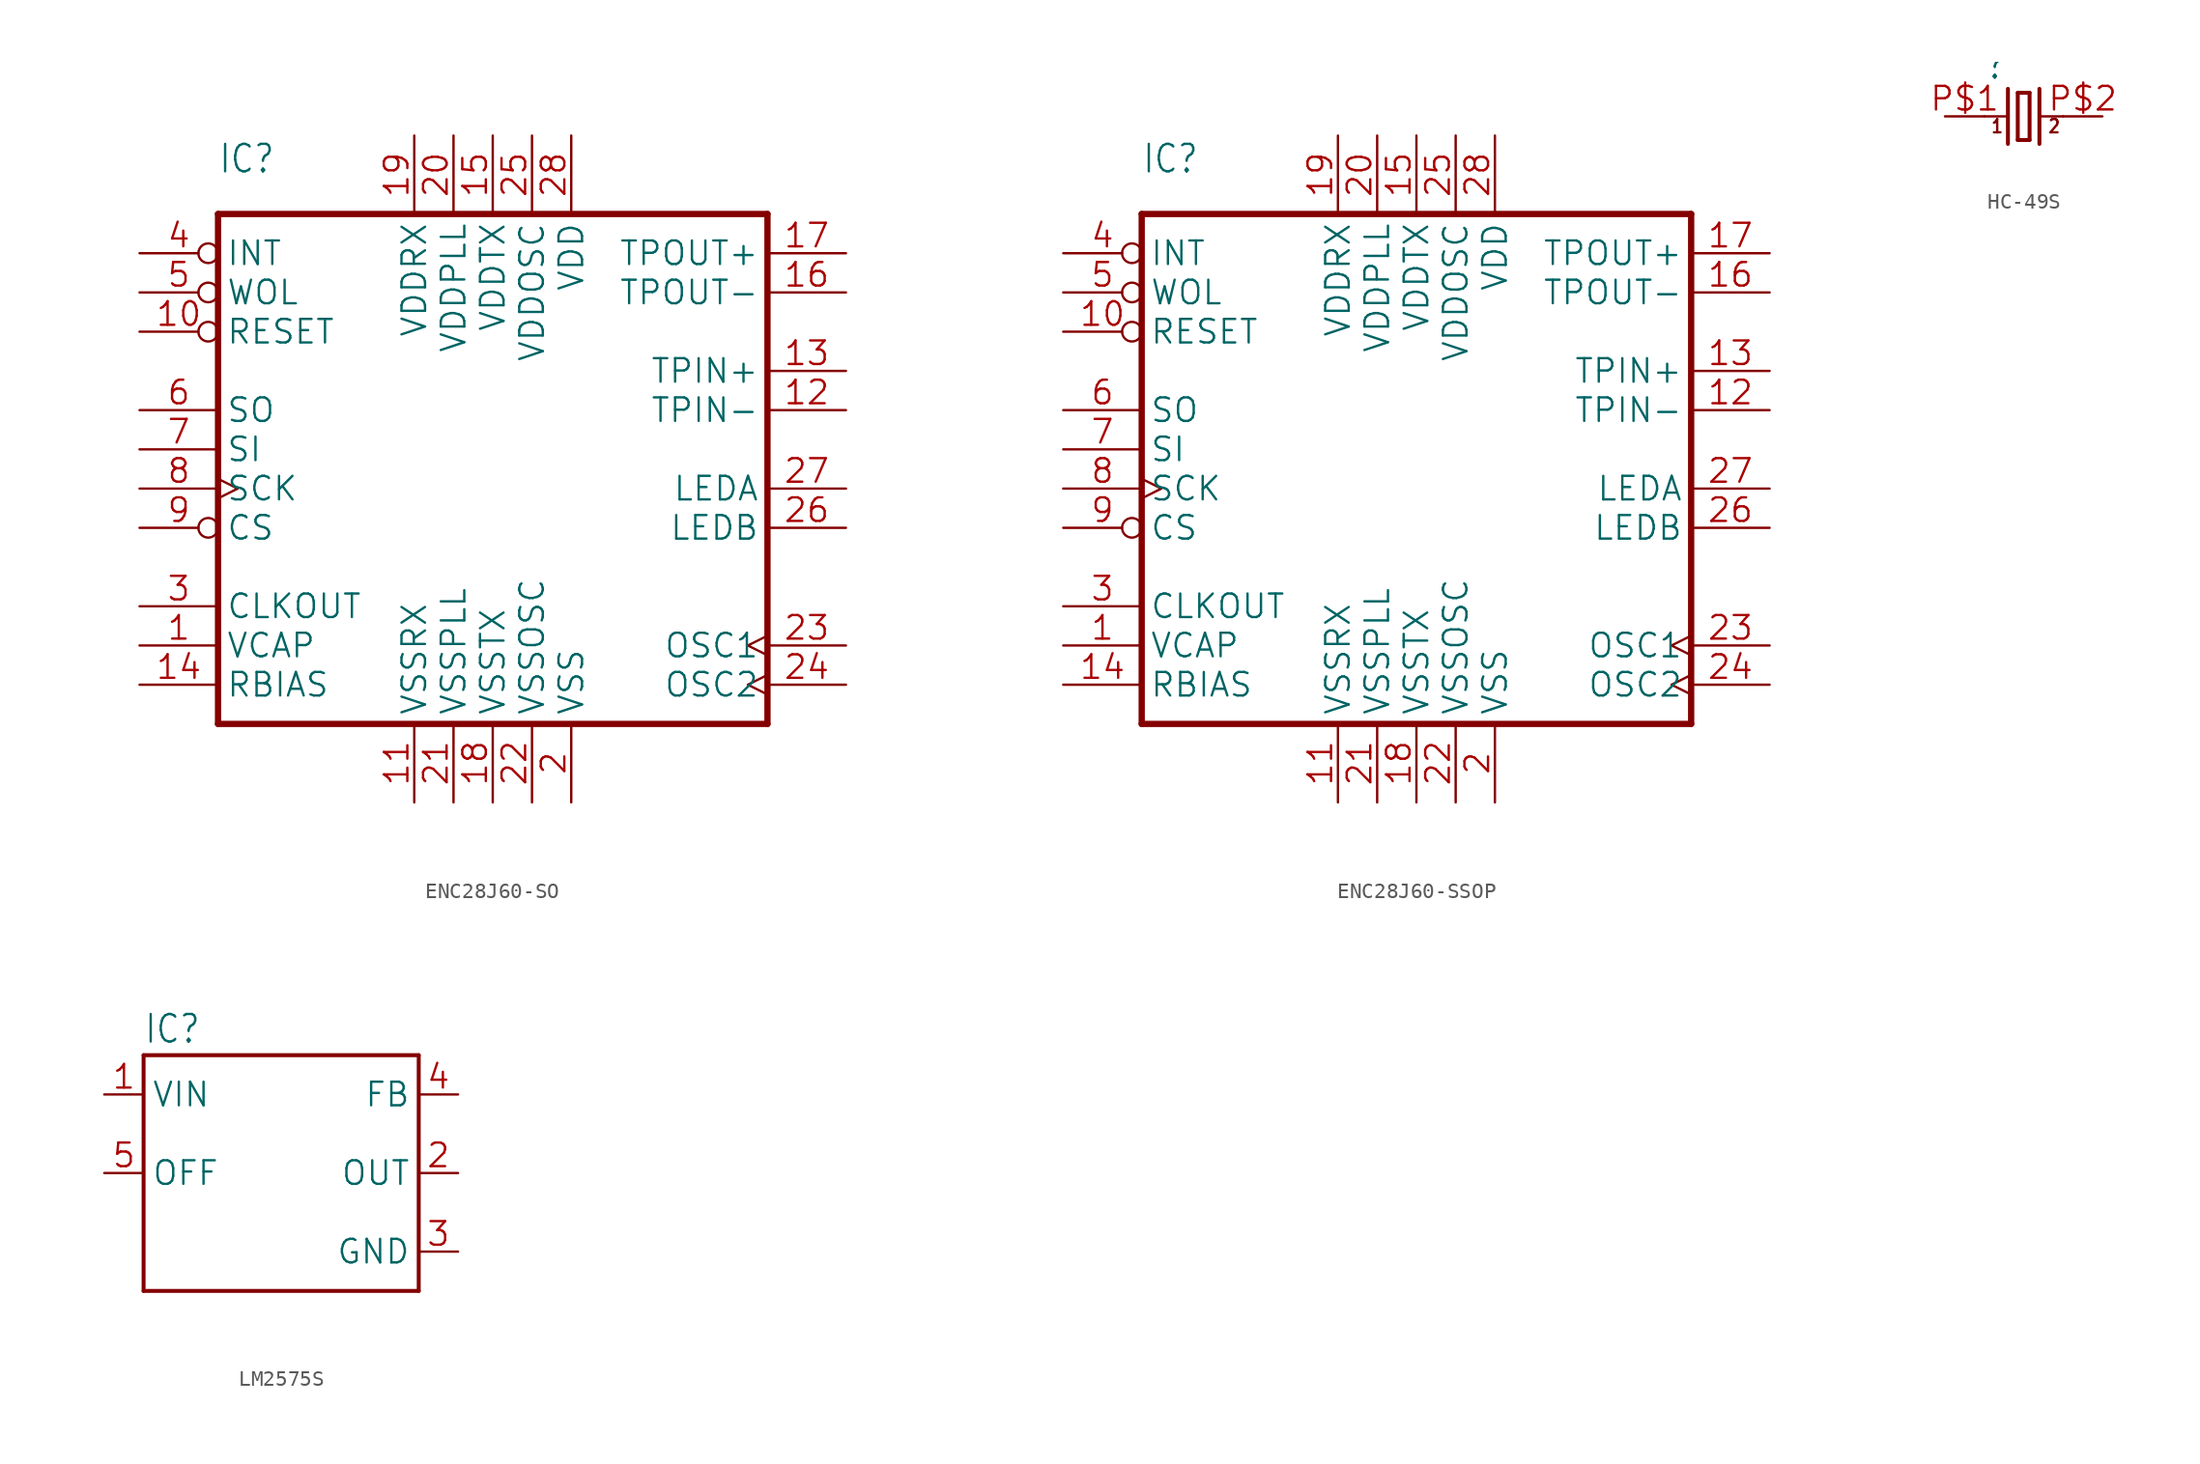
<source format=kicad_sym>
(kicad_symbol_lib
  (version 20241209)
  (generator "kicad_symbol_editor")
  (generator_version "9.0")
  (symbol "ENC28J60-SO"
    (property "Reference" "IC"
      (at -20.32 22.86 0)
      (effects (font (size 1.778 1.511)) (justify left bottom)))
    (property "Value" ""
      (at 5.08 -15.24 0)
      (effects (font (size 1.778 1.511)) (justify left bottom)))
    (property "ki_locked" ""
      (at 0 0 0)
      (effects (font (size 1.27 1.27))))
    (symbol "ENC28J60-SO_1_0"
      (polyline (pts (xy -20.32 20.32) (xy -20.32 -12.7)) (stroke (width 0.406) (type solid)) (fill (type none)))
      (polyline (pts (xy -20.32 -12.7) (xy 15.24 -12.7)) (stroke (width 0.406) (type solid)) (fill (type none)))
      (polyline (pts (xy 15.24 20.32) (xy -20.32 20.32)) (stroke (width 0.406) (type solid)) (fill (type none)))
      (polyline (pts (xy 15.24 -12.7) (xy 15.24 20.32)) (stroke (width 0.406) (type solid)) (fill (type none)))
      (pin output inverted (at -25.4 17.78 0) (length 5.08) (name "INT" (effects (font (size 1.524 1.524)))) (number "4" (effects (font (size 1.524 1.524)))))
      (pin output inverted (at -25.4 15.24 0) (length 5.08) (name "WOL" (effects (font (size 1.524 1.524)))) (number "5" (effects (font (size 1.524 1.524)))))
      (pin input inverted (at -25.4 12.7 0) (length 5.08) (name "RESET" (effects (font (size 1.524 1.524)))) (number "10" (effects (font (size 1.524 1.524)))))
      (pin output line (at -25.4 7.62 0) (length 5.08) (name "SO" (effects (font (size 1.524 1.524)))) (number "6" (effects (font (size 1.524 1.524)))))
      (pin input line (at -25.4 5.08 0) (length 5.08) (name "SI" (effects (font (size 1.524 1.524)))) (number "7" (effects (font (size 1.524 1.524)))))
      (pin input clock (at -25.4 2.54 0) (length 5.08) (name "SCK" (effects (font (size 1.524 1.524)))) (number "8" (effects (font (size 1.524 1.524)))))
      (pin input inverted (at -25.4 0 0) (length 5.08) (name "CS" (effects (font (size 1.524 1.524)))) (number "9" (effects (font (size 1.524 1.524)))))
      (pin output line (at -25.4 -5.08 0) (length 5.08) (name "CLKOUT" (effects (font (size 1.524 1.524)))) (number "3" (effects (font (size 1.524 1.524)))))
      (pin power_in line (at -25.4 -7.62 0) (length 5.08) (name "VCAP" (effects (font (size 1.524 1.524)))) (number "1" (effects (font (size 1.524 1.524)))))
      (pin passive line (at -25.4 -10.16 0) (length 5.08) (name "RBIAS" (effects (font (size 1.524 1.524)))) (number "14" (effects (font (size 1.524 1.524)))))
      (pin power_in line (at -7.62 25.4 270) (length 5.08) (name "VDDRX" (effects (font (size 1.524 1.524)))) (number "19" (effects (font (size 1.524 1.524)))))
      (pin power_in line (at -7.62 -17.78 90) (length 5.08) (name "VSSRX" (effects (font (size 1.524 1.524)))) (number "11" (effects (font (size 1.524 1.524)))))
      (pin power_in line (at -5.08 25.4 270) (length 5.08) (name "VDDPLL" (effects (font (size 1.524 1.524)))) (number "20" (effects (font (size 1.524 1.524)))))
      (pin power_in line (at -5.08 -17.78 90) (length 5.08) (name "VSSPLL" (effects (font (size 1.524 1.524)))) (number "21" (effects (font (size 1.524 1.524)))))
      (pin power_in line (at -2.54 25.4 270) (length 5.08) (name "VDDTX" (effects (font (size 1.524 1.524)))) (number "15" (effects (font (size 1.524 1.524)))))
      (pin power_in line (at -2.54 -17.78 90) (length 5.08) (name "VSSTX" (effects (font (size 1.524 1.524)))) (number "18" (effects (font (size 1.524 1.524)))))
      (pin power_in line (at 0 25.4 270) (length 5.08) (name "VDDOSC" (effects (font (size 1.524 1.524)))) (number "25" (effects (font (size 1.524 1.524)))))
      (pin power_in line (at 0 -17.78 90) (length 5.08) (name "VSSOSC" (effects (font (size 1.524 1.524)))) (number "22" (effects (font (size 1.524 1.524)))))
      (pin power_in line (at 2.54 25.4 270) (length 5.08) (name "VDD" (effects (font (size 1.524 1.524)))) (number "28" (effects (font (size 1.524 1.524)))))
      (pin power_in line (at 2.54 -17.78 90) (length 5.08) (name "VSS" (effects (font (size 1.524 1.524)))) (number "2" (effects (font (size 1.524 1.524)))))
      (pin output line (at 20.32 17.78 180) (length 5.08) (name "TPOUT+" (effects (font (size 1.524 1.524)))) (number "17" (effects (font (size 1.524 1.524)))))
      (pin output line (at 20.32 15.24 180) (length 5.08) (name "TPOUT-" (effects (font (size 1.524 1.524)))) (number "16" (effects (font (size 1.524 1.524)))))
      (pin input line (at 20.32 10.16 180) (length 5.08) (name "TPIN+" (effects (font (size 1.524 1.524)))) (number "13" (effects (font (size 1.524 1.524)))))
      (pin input line (at 20.32 7.62 180) (length 5.08) (name "TPIN-" (effects (font (size 1.524 1.524)))) (number "12" (effects (font (size 1.524 1.524)))))
      (pin output line (at 20.32 2.54 180) (length 5.08) (name "LEDA" (effects (font (size 1.524 1.524)))) (number "27" (effects (font (size 1.524 1.524)))))
      (pin output line (at 20.32 0 180) (length 5.08) (name "LEDB" (effects (font (size 1.524 1.524)))) (number "26" (effects (font (size 1.524 1.524)))))
      (pin input clock (at 20.32 -7.62 180) (length 5.08) (name "OSC1" (effects (font (size 1.524 1.524)))) (number "23" (effects (font (size 1.524 1.524)))))
      (pin output clock (at 20.32 -10.16 180) (length 5.08) (name "OSC2" (effects (font (size 1.524 1.524)))) (number "24" (effects (font (size 1.524 1.524)))))))
  (symbol "ENC28J60-SSOP"
    (property "Reference" "IC"
      (at -20.32 22.86 0)
      (effects (font (size 1.778 1.511)) (justify left bottom)))
    (property "Value" ""
      (at 5.08 -15.24 0)
      (effects (font (size 1.778 1.511)) (justify left bottom)))
    (property "ki_locked" ""
      (at 0 0 0)
      (effects (font (size 1.27 1.27))))
    (symbol "ENC28J60-SSOP_1_0"
      (polyline (pts (xy -20.32 20.32) (xy -20.32 -12.7)) (stroke (width 0.406) (type solid)) (fill (type none)))
      (polyline (pts (xy -20.32 -12.7) (xy 15.24 -12.7)) (stroke (width 0.406) (type solid)) (fill (type none)))
      (polyline (pts (xy 15.24 20.32) (xy -20.32 20.32)) (stroke (width 0.406) (type solid)) (fill (type none)))
      (polyline (pts (xy 15.24 -12.7) (xy 15.24 20.32)) (stroke (width 0.406) (type solid)) (fill (type none)))
      (pin output inverted (at -25.4 17.78 0) (length 5.08) (name "INT" (effects (font (size 1.524 1.524)))) (number "4" (effects (font (size 1.524 1.524)))))
      (pin output inverted (at -25.4 15.24 0) (length 5.08) (name "WOL" (effects (font (size 1.524 1.524)))) (number "5" (effects (font (size 1.524 1.524)))))
      (pin input inverted (at -25.4 12.7 0) (length 5.08) (name "RESET" (effects (font (size 1.524 1.524)))) (number "10" (effects (font (size 1.524 1.524)))))
      (pin output line (at -25.4 7.62 0) (length 5.08) (name "SO" (effects (font (size 1.524 1.524)))) (number "6" (effects (font (size 1.524 1.524)))))
      (pin input line (at -25.4 5.08 0) (length 5.08) (name "SI" (effects (font (size 1.524 1.524)))) (number "7" (effects (font (size 1.524 1.524)))))
      (pin input clock (at -25.4 2.54 0) (length 5.08) (name "SCK" (effects (font (size 1.524 1.524)))) (number "8" (effects (font (size 1.524 1.524)))))
      (pin input inverted (at -25.4 0 0) (length 5.08) (name "CS" (effects (font (size 1.524 1.524)))) (number "9" (effects (font (size 1.524 1.524)))))
      (pin output line (at -25.4 -5.08 0) (length 5.08) (name "CLKOUT" (effects (font (size 1.524 1.524)))) (number "3" (effects (font (size 1.524 1.524)))))
      (pin power_in line (at -25.4 -7.62 0) (length 5.08) (name "VCAP" (effects (font (size 1.524 1.524)))) (number "1" (effects (font (size 1.524 1.524)))))
      (pin passive line (at -25.4 -10.16 0) (length 5.08) (name "RBIAS" (effects (font (size 1.524 1.524)))) (number "14" (effects (font (size 1.524 1.524)))))
      (pin power_in line (at -7.62 25.4 270) (length 5.08) (name "VDDRX" (effects (font (size 1.524 1.524)))) (number "19" (effects (font (size 1.524 1.524)))))
      (pin power_in line (at -7.62 -17.78 90) (length 5.08) (name "VSSRX" (effects (font (size 1.524 1.524)))) (number "11" (effects (font (size 1.524 1.524)))))
      (pin power_in line (at -5.08 25.4 270) (length 5.08) (name "VDDPLL" (effects (font (size 1.524 1.524)))) (number "20" (effects (font (size 1.524 1.524)))))
      (pin power_in line (at -5.08 -17.78 90) (length 5.08) (name "VSSPLL" (effects (font (size 1.524 1.524)))) (number "21" (effects (font (size 1.524 1.524)))))
      (pin power_in line (at -2.54 25.4 270) (length 5.08) (name "VDDTX" (effects (font (size 1.524 1.524)))) (number "15" (effects (font (size 1.524 1.524)))))
      (pin power_in line (at -2.54 -17.78 90) (length 5.08) (name "VSSTX" (effects (font (size 1.524 1.524)))) (number "18" (effects (font (size 1.524 1.524)))))
      (pin power_in line (at 0 25.4 270) (length 5.08) (name "VDDOSC" (effects (font (size 1.524 1.524)))) (number "25" (effects (font (size 1.524 1.524)))))
      (pin power_in line (at 0 -17.78 90) (length 5.08) (name "VSSOSC" (effects (font (size 1.524 1.524)))) (number "22" (effects (font (size 1.524 1.524)))))
      (pin power_in line (at 2.54 25.4 270) (length 5.08) (name "VDD" (effects (font (size 1.524 1.524)))) (number "28" (effects (font (size 1.524 1.524)))))
      (pin power_in line (at 2.54 -17.78 90) (length 5.08) (name "VSS" (effects (font (size 1.524 1.524)))) (number "2" (effects (font (size 1.524 1.524)))))
      (pin output line (at 20.32 17.78 180) (length 5.08) (name "TPOUT+" (effects (font (size 1.524 1.524)))) (number "17" (effects (font (size 1.524 1.524)))))
      (pin output line (at 20.32 15.24 180) (length 5.08) (name "TPOUT-" (effects (font (size 1.524 1.524)))) (number "16" (effects (font (size 1.524 1.524)))))
      (pin input line (at 20.32 10.16 180) (length 5.08) (name "TPIN+" (effects (font (size 1.524 1.524)))) (number "13" (effects (font (size 1.524 1.524)))))
      (pin input line (at 20.32 7.62 180) (length 5.08) (name "TPIN-" (effects (font (size 1.524 1.524)))) (number "12" (effects (font (size 1.524 1.524)))))
      (pin output line (at 20.32 2.54 180) (length 5.08) (name "LEDA" (effects (font (size 1.524 1.524)))) (number "27" (effects (font (size 1.524 1.524)))))
      (pin output line (at 20.32 0 180) (length 5.08) (name "LEDB" (effects (font (size 1.524 1.524)))) (number "26" (effects (font (size 1.524 1.524)))))
      (pin input clock (at 20.32 -7.62 180) (length 5.08) (name "OSC1" (effects (font (size 1.524 1.524)))) (number "23" (effects (font (size 1.524 1.524)))))
      (pin output clock (at 20.32 -10.16 180) (length 5.08) (name "OSC2" (effects (font (size 1.524 1.524)))) (number "24" (effects (font (size 1.524 1.524)))))))
  (symbol "HC-49S"
    (property "Reference" ""
      (at -2.54 2.286 0)
      (effects (font (size 1.778 1.511)) (justify left bottom)))
    (property "Value" ""
      (at -2.54 -3.81 0)
      (effects (font (size 1.778 1.511)) (justify left bottom)))
    (property "ki_locked" ""
      (at 0 0 0)
      (effects (font (size 1.27 1.27))))
    (symbol "HC-49S_1_0"
      (polyline (pts (xy -2.54 0) (xy -1.016 0)) (stroke (width 0.152) (type solid)) (fill (type none)))
      (polyline (pts (xy -1.016 1.778) (xy -1.016 -1.778)) (stroke (width 0.254) (type solid)) (fill (type none)))
      (polyline (pts (xy -0.381 1.524) (xy -0.381 -1.524)) (stroke (width 0.254) (type solid)) (fill (type none)))
      (polyline (pts (xy -0.381 -1.524) (xy 0.381 -1.524)) (stroke (width 0.254) (type solid)) (fill (type none)))
      (polyline (pts (xy 0.381 1.524) (xy -0.381 1.524)) (stroke (width 0.254) (type solid)) (fill (type none)))
      (polyline (pts (xy 0.381 -1.524) (xy 0.381 1.524)) (stroke (width 0.254) (type solid)) (fill (type none)))
      (polyline (pts (xy 1.016 1.778) (xy 1.016 -1.778)) (stroke (width 0.254) (type solid)) (fill (type none)))
      (polyline (pts (xy 1.016 0) (xy 2.54 0)) (stroke (width 0.152) (type solid)) (fill (type none)))
      (text "1" (at -2.159 -1.143 0) (effects (font (size 0.864 0.734)) (justify left bottom)))
      (text "2" (at 1.524 -1.143 0) (effects (font (size 0.864 0.734)) (justify left bottom)))
      (pin passive line (at -5.08 0 0) (length 2.54) (name "1" (effects (font (size 0 0)))) (number "P$1" (effects (font (size 1.524 1.524)))))
      (pin passive line (at 5.08 0 180) (length 2.54) (name "2" (effects (font (size 0 0)))) (number "P$2" (effects (font (size 1.524 1.524)))))))
  (symbol "LM2575S"
    (property "Reference" "IC"
      (at -7.62 8.28 0)
      (effects (font (size 1.778 1.511)) (justify left bottom)))
    (property "Value" ""
      (at -7.62 -10.16 0)
      (effects (font (size 1.778 1.511)) (justify left bottom)))
    (property "ki_locked" ""
      (at 0 0 0)
      (effects (font (size 1.27 1.27))))
    (symbol "LM2575S_1_0"
      (polyline (pts (xy -7.62 7.62) (xy -7.62 -7.62)) (stroke (width 0.254) (type solid)) (fill (type none)))
      (polyline (pts (xy -7.62 -7.62) (xy 10.16 -7.62)) (stroke (width 0.254) (type solid)) (fill (type none)))
      (polyline (pts (xy 10.16 7.62) (xy -7.62 7.62)) (stroke (width 0.254) (type solid)) (fill (type none)))
      (polyline (pts (xy 10.16 -7.62) (xy 10.16 7.62)) (stroke (width 0.254) (type solid)) (fill (type none)))
      (pin power_in line (at -10.16 5.08 0) (length 2.54) (name "VIN" (effects (font (size 1.524 1.524)))) (number "1" (effects (font (size 1.524 1.524)))))
      (pin input line (at -10.16 0 0) (length 2.54) (name "OFF" (effects (font (size 1.524 1.524)))) (number "5" (effects (font (size 1.524 1.524)))))
      (pin input line (at 12.7 5.08 180) (length 2.54) (name "FB" (effects (font (size 1.524 1.524)))) (number "4" (effects (font (size 1.524 1.524)))))
      (pin output line (at 12.7 0 180) (length 2.54) (name "OUT" (effects (font (size 1.524 1.524)))) (number "2" (effects (font (size 1.524 1.524)))))
      (pin power_in line (at 12.7 -5.08 180) (length 2.54) (name "GND" (effects (font (size 1.524 1.524)))) (number "3" (effects (font (size 1.524 1.524))))))))
</source>
